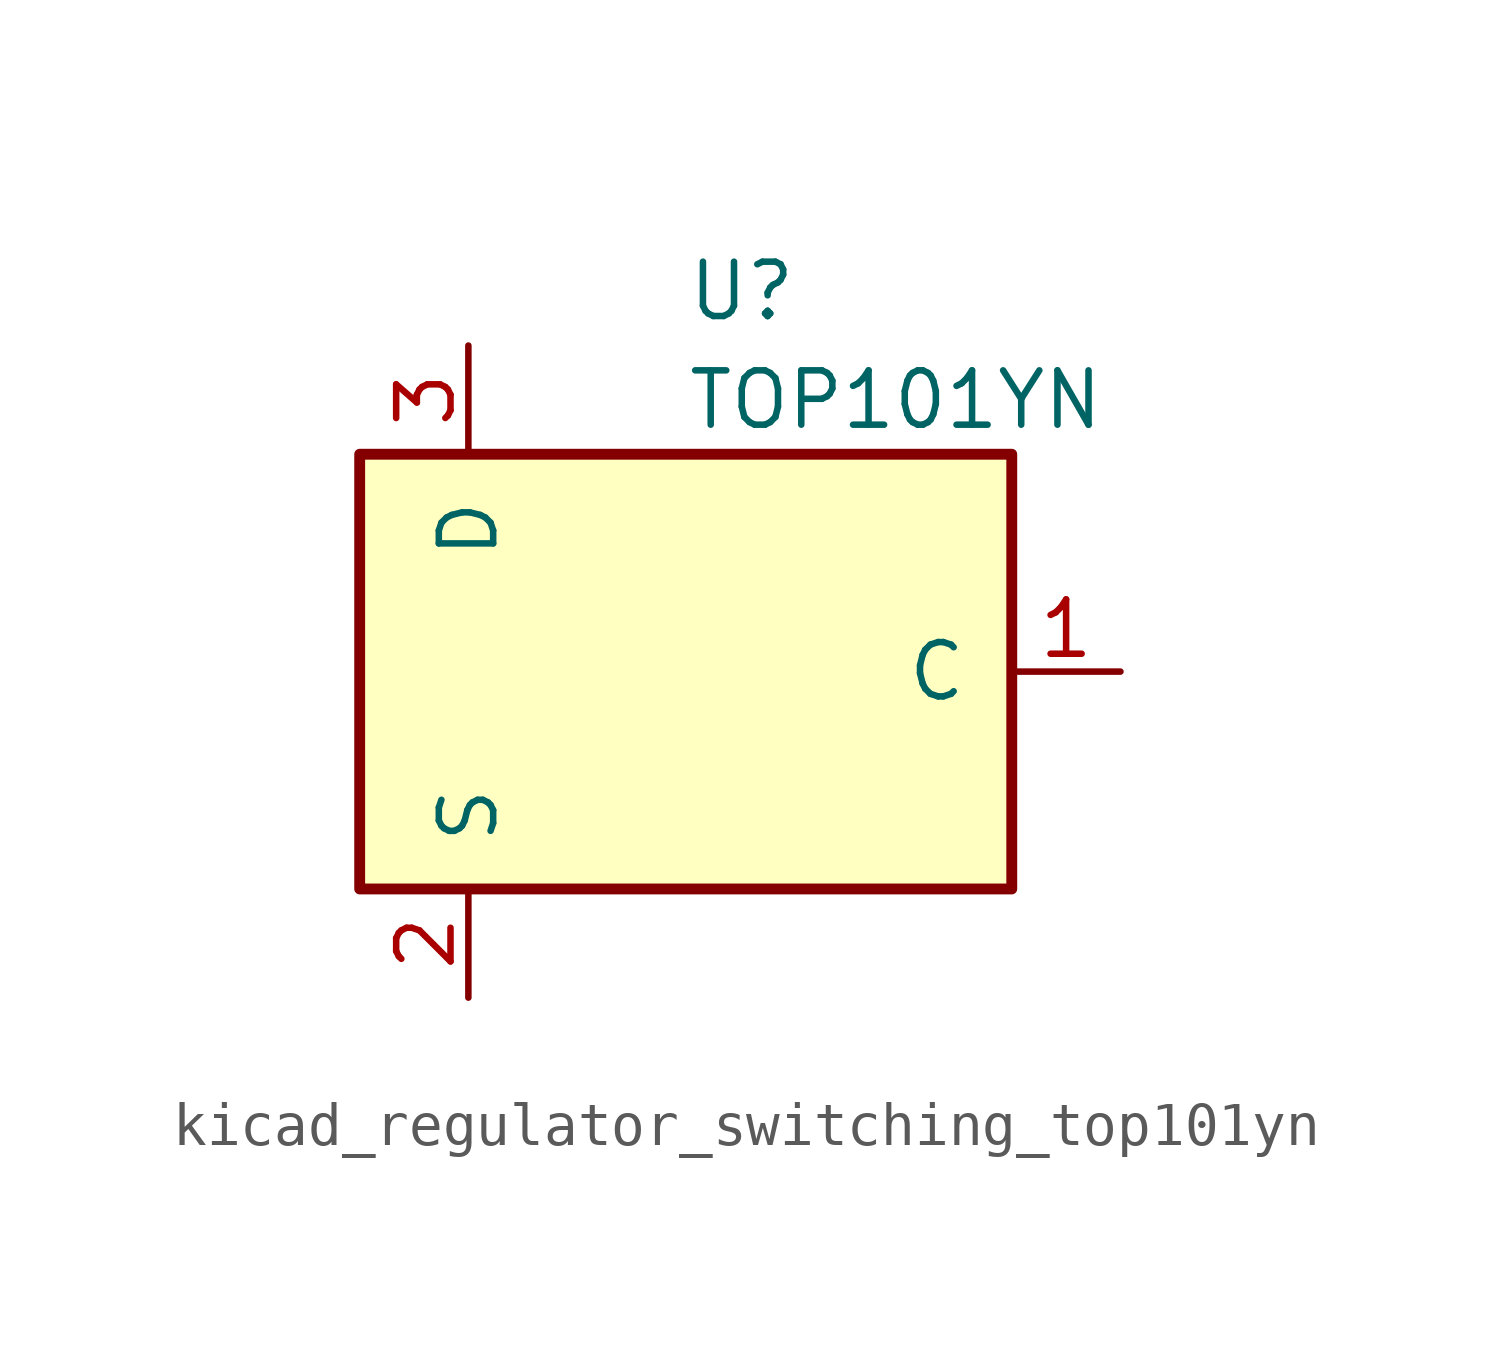
<source format=kicad_sym>
(kicad_symbol_lib
  (version 20220914)
  (generator kicad_symbol_editor)
  (symbol "kicad_regulator_switching_top101yn"
    (pin_names
      (offset 1.016))
    (property "Reference" "U"
      (at 0 8.89 0)
      (effects (font (size 1.27 1.27)) (justify left)))
    (property "Value" "TOP101YN"
      (at 0 6.35 0)
      (effects (font (size 1.27 1.27)) (justify left)))
    (symbol "kicad_regulator_switching_top101yn_0_1"
      (rectangle (start -7.62 5.08) (end 7.62 -5.08) (stroke (width 0.254) (type default)) (fill (type background))))
    (symbol "kicad_regulator_switching_top101yn_1_1"
      (pin input line (at 10.16 0 180) (length 2.54) (name "C" (effects (font (size 1.27 1.27)))) (number "1" (effects (font (size 1.27 1.27)))))
      (pin power_in line (at -5.08 -7.62 90) (length 2.54) (name "S" (effects (font (size 1.27 1.27)))) (number "2" (effects (font (size 1.27 1.27)))))
      (pin open_collector line (at -5.08 7.62 270) (length 2.54) (name "D" (effects (font (size 1.27 1.27)))) (number "3" (effects (font (size 1.27 1.27))))))))
</source>
